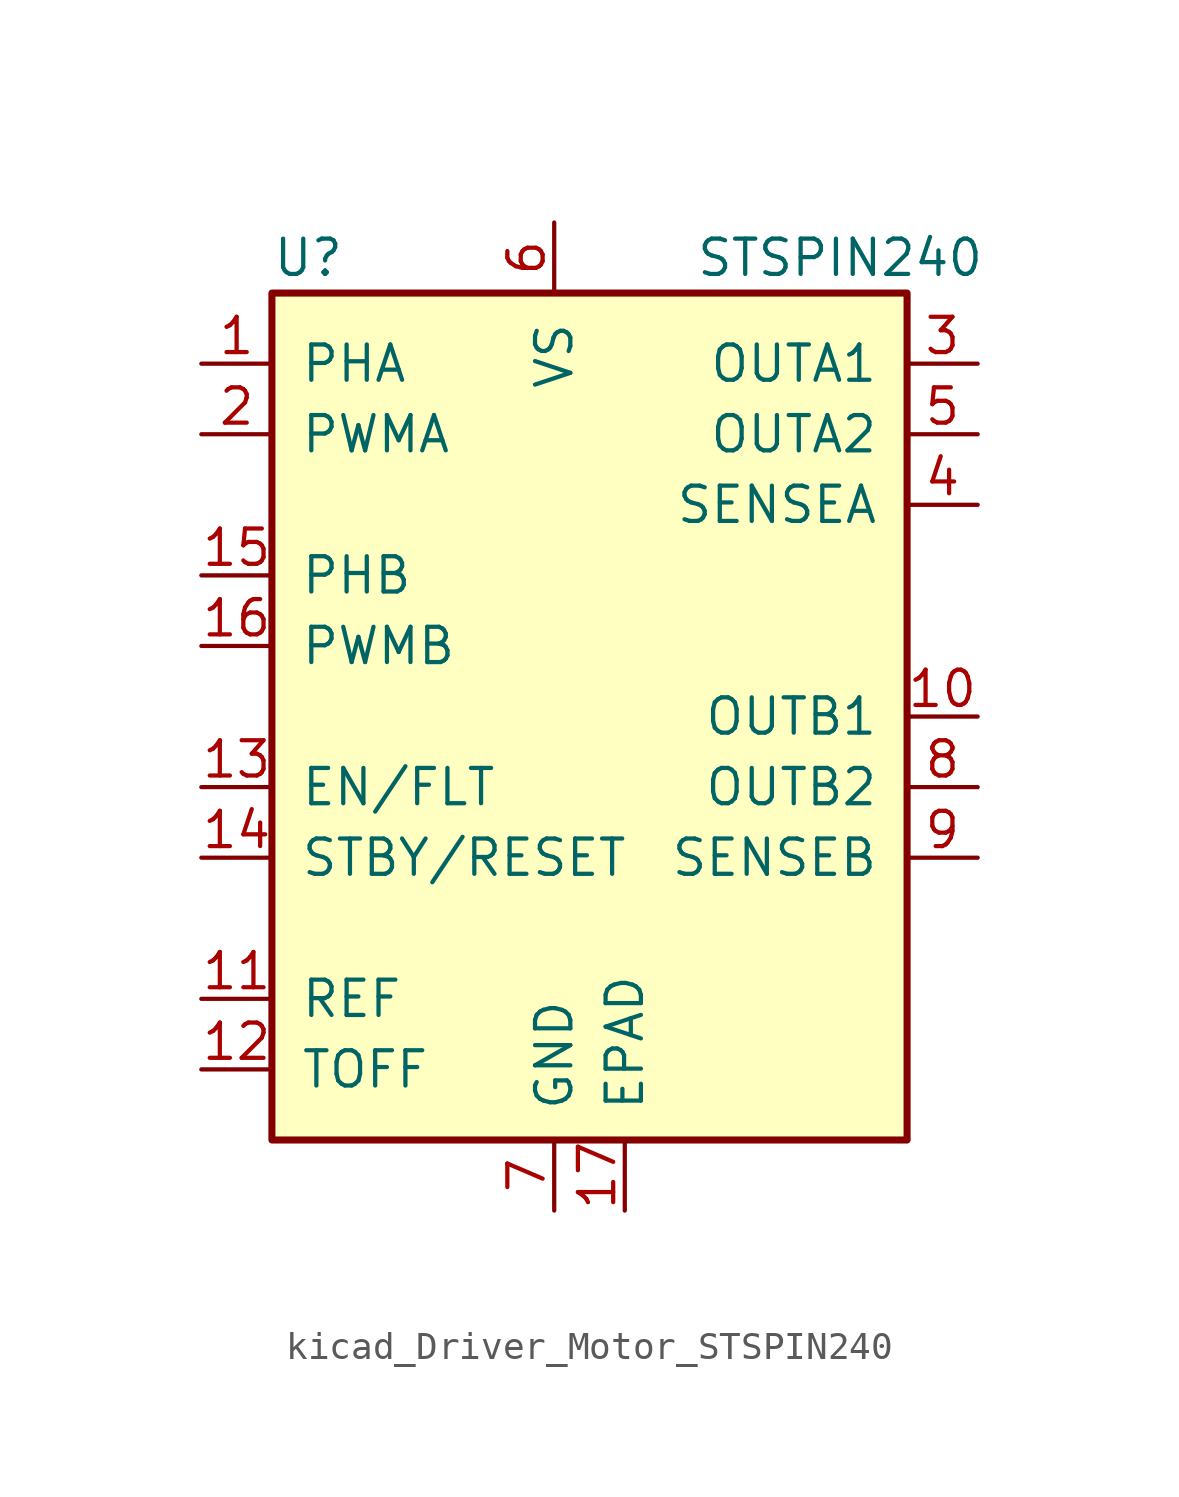
<source format=kicad_sym>
(kicad_symbol_lib
  (version 20220914)
  (generator kicad_symbol_editor)
  (symbol "kicad_Driver_Motor_STSPIN240"
    (pin_names
      (offset 1.016))
    (property "Reference" "U"
      (at -10.16 16.51 0)
      (effects (font (size 1.27 1.27)) (justify left)))
    (property "Value" "STSPIN240"
      (at 5.08 16.51 0)
      (effects (font (size 1.27 1.27)) (justify left)))
    (symbol "kicad_Driver_Motor_STSPIN240_0_1"
      (rectangle (start -10.16 15.24) (end 12.7 -15.24) (stroke (width 0.254) (type default)) (fill (type background))))
    (symbol "kicad_Driver_Motor_STSPIN240_1_1"
      (pin input line (at -12.7 12.7 0) (length 2.54) (name "PHA" (effects (font (size 1.27 1.27)))) (number "1" (effects (font (size 1.27 1.27)))))
      (pin power_out line (at 15.24 0 180) (length 2.54) (name "OUTB1" (effects (font (size 1.27 1.27)))) (number "10" (effects (font (size 1.27 1.27)))))
      (pin input line (at -12.7 -10.16 0) (length 2.54) (name "REF" (effects (font (size 1.27 1.27)))) (number "11" (effects (font (size 1.27 1.27)))))
      (pin input line (at -12.7 -12.7 0) (length 2.54) (name "TOFF" (effects (font (size 1.27 1.27)))) (number "12" (effects (font (size 1.27 1.27)))))
      (pin bidirectional line (at -12.7 -2.54 0) (length 2.54) (name "EN/FLT" (effects (font (size 1.27 1.27)))) (number "13" (effects (font (size 1.27 1.27)))))
      (pin input line (at -12.7 -5.08 0) (length 2.54) (name "STBY/RESET" (effects (font (size 1.27 1.27)))) (number "14" (effects (font (size 1.27 1.27)))))
      (pin input line (at -12.7 5.08 0) (length 2.54) (name "PHB" (effects (font (size 1.27 1.27)))) (number "15" (effects (font (size 1.27 1.27)))))
      (pin input line (at -12.7 2.54 0) (length 2.54) (name "PWMB" (effects (font (size 1.27 1.27)))) (number "16" (effects (font (size 1.27 1.27)))))
      (pin power_in line (at 2.54 -17.78 90) (length 2.54) (name "EPAD" (effects (font (size 1.27 1.27)))) (number "17" (effects (font (size 1.27 1.27)))))
      (pin input line (at -12.7 10.16 0) (length 2.54) (name "PWMA" (effects (font (size 1.27 1.27)))) (number "2" (effects (font (size 1.27 1.27)))))
      (pin power_out line (at 15.24 12.7 180) (length 2.54) (name "OUTA1" (effects (font (size 1.27 1.27)))) (number "3" (effects (font (size 1.27 1.27)))))
      (pin power_out line (at 15.24 7.62 180) (length 2.54) (name "SENSEA" (effects (font (size 1.27 1.27)))) (number "4" (effects (font (size 1.27 1.27)))))
      (pin power_out line (at 15.24 10.16 180) (length 2.54) (name "OUTA2" (effects (font (size 1.27 1.27)))) (number "5" (effects (font (size 1.27 1.27)))))
      (pin power_in line (at 0 17.78 270) (length 2.54) (name "VS" (effects (font (size 1.27 1.27)))) (number "6" (effects (font (size 1.27 1.27)))))
      (pin power_in line (at 0 -17.78 90) (length 2.54) (name "GND" (effects (font (size 1.27 1.27)))) (number "7" (effects (font (size 1.27 1.27)))))
      (pin power_out line (at 15.24 -2.54 180) (length 2.54) (name "OUTB2" (effects (font (size 1.27 1.27)))) (number "8" (effects (font (size 1.27 1.27)))))
      (pin power_out line (at 15.24 -5.08 180) (length 2.54) (name "SENSEB" (effects (font (size 1.27 1.27)))) (number "9" (effects (font (size 1.27 1.27))))))))
</source>
